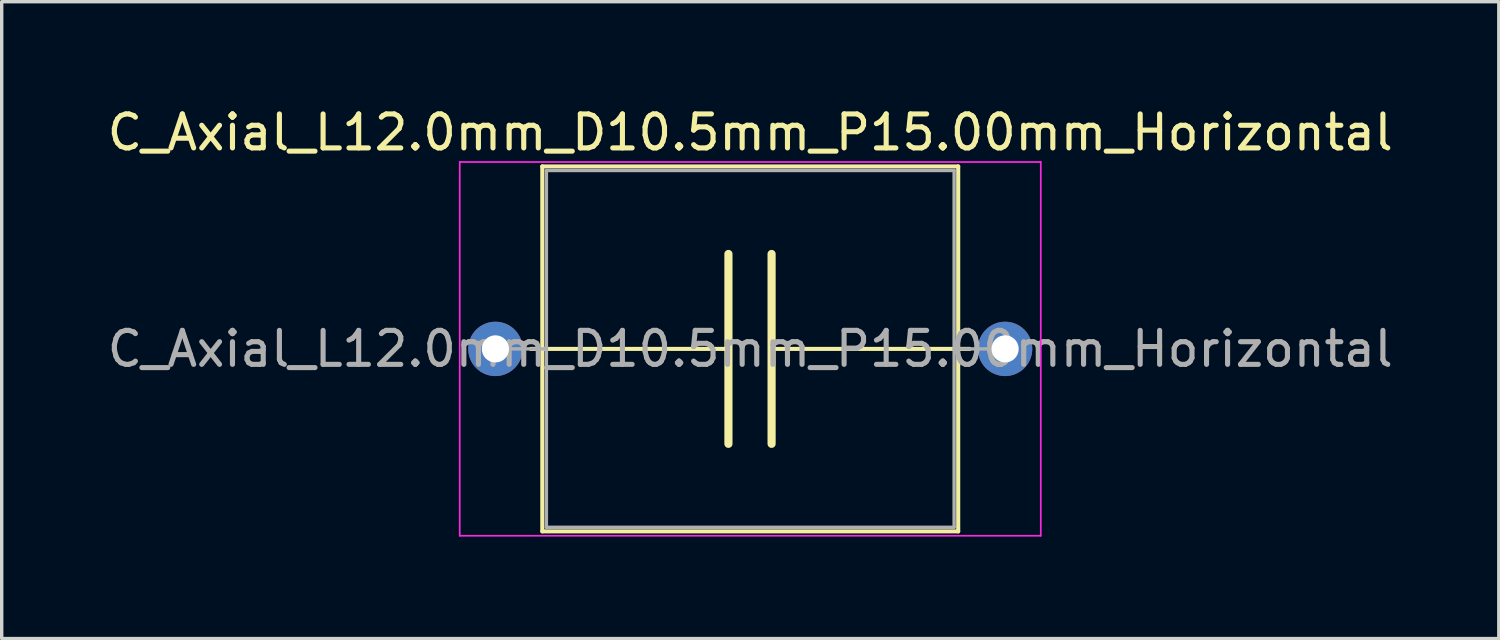
<source format=kicad_pcb>
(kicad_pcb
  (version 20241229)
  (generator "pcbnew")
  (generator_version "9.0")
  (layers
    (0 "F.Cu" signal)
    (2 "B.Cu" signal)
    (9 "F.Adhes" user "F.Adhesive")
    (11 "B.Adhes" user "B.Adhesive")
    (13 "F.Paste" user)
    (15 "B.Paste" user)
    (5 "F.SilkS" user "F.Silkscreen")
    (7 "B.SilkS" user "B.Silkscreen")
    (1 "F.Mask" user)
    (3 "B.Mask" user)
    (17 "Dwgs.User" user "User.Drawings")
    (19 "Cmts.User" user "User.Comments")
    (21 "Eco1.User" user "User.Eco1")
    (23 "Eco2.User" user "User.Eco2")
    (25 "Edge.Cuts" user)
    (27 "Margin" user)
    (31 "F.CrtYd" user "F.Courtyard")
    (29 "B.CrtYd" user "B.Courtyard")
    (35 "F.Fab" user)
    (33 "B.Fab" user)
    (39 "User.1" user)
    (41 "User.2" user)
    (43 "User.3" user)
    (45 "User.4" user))
  (footprint "C_Axial_L12.0mm_D10.5mm_P15.00mm_Horizontal"
    (layer "F.Cu")
    (at 11.53 7.218)
    (property "Reference" "C_Axial_L12.0mm_D10.5mm_P15.00mm_Horizontal" (at 7.5 -6.37 0) (layer "F.SilkS") (effects (font (size 1 1) (thickness 0.15))))
    (attr through_hole)
    (fp_line (start 1.04 0) (end 1.38 0) (stroke (width 0.12) (type solid)) (layer "F.SilkS"))
    (fp_line (start 1.38 -5.37) (end 1.38 5.37) (stroke (width 0.12) (type solid)) (layer "F.SilkS"))
    (fp_line (start 1.38 0) (end 6.858 0) (stroke (width 0.12) (type solid)) (layer "F.SilkS"))
    (fp_line (start 1.38 5.37) (end 13.62 5.37) (stroke (width 0.12) (type solid)) (layer "F.SilkS"))
    (fp_line (start 6.858 -2.794) (end 6.858 2.794) (stroke (width 0.24) (type solid)) (layer "F.SilkS"))
    (fp_line (start 8.128 2.794) (end 8.128 -2.794) (stroke (width 0.24) (type solid)) (layer "F.SilkS"))
    (fp_line (start 13.62 -5.37) (end 1.38 -5.37) (stroke (width 0.12) (type solid)) (layer "F.SilkS"))
    (fp_line (start 13.62 0) (end 8.128 0) (stroke (width 0.12) (type solid)) (layer "F.SilkS"))
    (fp_line (start 13.62 5.37) (end 13.62 -5.37) (stroke (width 0.12) (type solid)) (layer "F.SilkS"))
    (fp_line (start 13.96 0) (end 13.62 0) (stroke (width 0.12) (type solid)) (layer "F.SilkS"))
    (fp_line (start -1.05 -5.5) (end -1.05 5.5) (stroke (width 0.05) (type solid)) (layer "F.CrtYd"))
    (fp_line (start -1.05 5.5) (end 16.05 5.5) (stroke (width 0.05) (type solid)) (layer "F.CrtYd"))
    (fp_line (start 16.05 -5.5) (end -1.05 -5.5) (stroke (width 0.05) (type solid)) (layer "F.CrtYd"))
    (fp_line (start 16.05 5.5) (end 16.05 -5.5) (stroke (width 0.05) (type solid)) (layer "F.CrtYd"))
    (fp_line (start 0 0) (end 1.5 0) (stroke (width 0.1) (type solid)) (layer "F.Fab"))
    (fp_line (start 1.5 -5.25) (end 1.5 5.25) (stroke (width 0.1) (type solid)) (layer "F.Fab"))
    (fp_line (start 1.5 5.25) (end 13.5 5.25) (stroke (width 0.1) (type solid)) (layer "F.Fab"))
    (fp_line (start 13.5 -5.25) (end 1.5 -5.25) (stroke (width 0.1) (type solid)) (layer "F.Fab"))
    (fp_line (start 13.5 5.25) (end 13.5 -5.25) (stroke (width 0.1) (type solid)) (layer "F.Fab"))
    (fp_line (start 15 0) (end 13.5 0) (stroke (width 0.1) (type solid)) (layer "F.Fab"))
    (fp_text user "${REFERENCE}" (at 7.5 0 0) (layer "F.Fab") (effects (font (size 1 1) (thickness 0.15))))
    (pad "1" thru_hole circle (at 0 0) (size 1.6 1.6) (drill 0.8) (layers "*.Cu" "*.Mask"))
    (pad "2" thru_hole oval (at 15 0) (size 1.6 1.6) (drill 0.8) (layers "*.Cu" "*.Mask")))
  (gr_rect
    (start -3 -3)
    (end 41.06 15.743)
    (stroke (width 0.1) (type default))
    (fill no)
    (layer "Edge.Cuts")))
</source>
